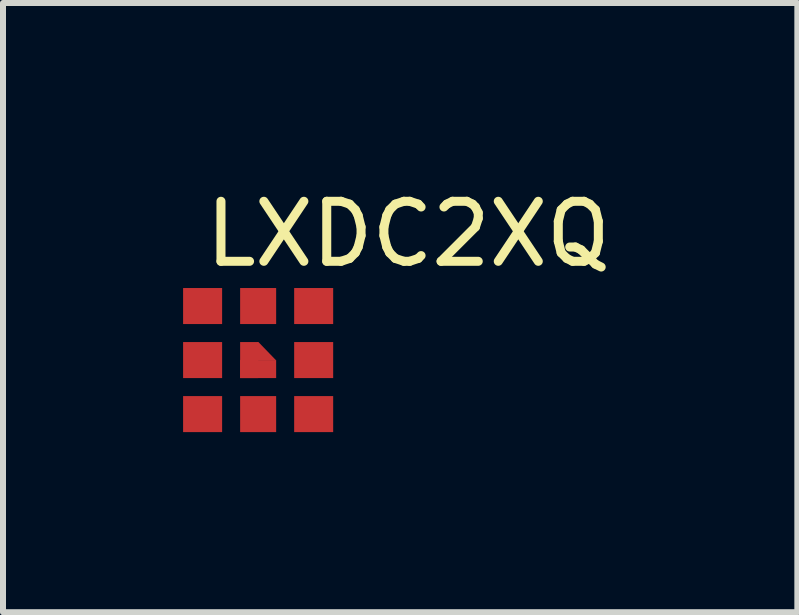
<source format=kicad_pcb>
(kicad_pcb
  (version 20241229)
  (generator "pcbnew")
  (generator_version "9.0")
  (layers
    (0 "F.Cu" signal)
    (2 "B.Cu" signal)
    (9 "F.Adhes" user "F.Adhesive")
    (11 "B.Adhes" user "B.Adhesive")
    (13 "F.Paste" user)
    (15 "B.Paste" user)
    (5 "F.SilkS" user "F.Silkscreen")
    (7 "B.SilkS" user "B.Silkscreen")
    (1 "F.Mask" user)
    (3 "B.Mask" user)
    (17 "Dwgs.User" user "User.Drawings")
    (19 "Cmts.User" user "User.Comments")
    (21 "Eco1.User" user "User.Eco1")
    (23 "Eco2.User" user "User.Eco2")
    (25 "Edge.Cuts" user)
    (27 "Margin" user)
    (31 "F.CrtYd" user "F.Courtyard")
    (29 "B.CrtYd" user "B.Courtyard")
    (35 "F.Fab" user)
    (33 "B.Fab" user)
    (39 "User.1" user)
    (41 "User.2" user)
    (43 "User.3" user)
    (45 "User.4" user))
  (footprint "LXDC2XQ"
    (layer "F.Cu")
    (at 1.25 2.948)
    (property "Reference" "LXDC2XQ" (at 2.5 -2.1 0) (layer "F.SilkS") (effects (font (size 1 1) (thickness 0.15))))
    (attr through_hole)
    (pad "1" smd rect (at 0.925 -0.9) (size 0.65 0.6) (layers "F.Cu" "F.Mask" "F.Paste"))
    (pad "2" smd rect (at 0 -0.9) (size 0.6 0.6) (layers "F.Cu" "F.Mask" "F.Paste"))
    (pad "3" smd rect (at -0.925 -0.9) (size 0.65 0.6) (layers "F.Cu" "F.Mask" "F.Paste"))
    (pad "4" smd rect (at -0.925 0) (size 0.65 0.6) (layers "F.Cu" "F.Mask" "F.Paste"))
    (pad "5" smd rect (at -0.925 0.9) (size 0.65 0.6) (layers "F.Cu" "F.Mask" "F.Paste"))
    (pad "6" smd rect (at 0 0.9) (size 0.6 0.6) (layers "F.Cu" "F.Mask" "F.Paste"))
    (pad "7" smd rect (at 0.925 0.9) (size 0.65 0.6) (layers "F.Cu" "F.Mask" "F.Paste"))
    (pad "8" smd rect (at 0.925 0) (size 0.65 0.6) (layers "F.Cu" "F.Mask" "F.Paste"))
    (pad "9" smd rect (at -0.15 0 90) (size 0.6 0.3) (layers "F.Cu" "F.Mask" "F.Paste"))
    (pad "9" smd trapezoid (at 0 -0.15) (size 0.3 0.3) (rect_delta 0 0.29) (layers "F.Cu" "F.Mask" "F.Paste"))
    (pad "9" smd rect (at 0 0.15) (size 0.6 0.3) (layers "F.Cu" "F.Mask" "F.Paste")))
  (gr_rect
    (start -3 -3)
    (end 10.232 7.148)
    (stroke (width 0.1) (type default))
    (fill no)
    (layer "Edge.Cuts")))
</source>
